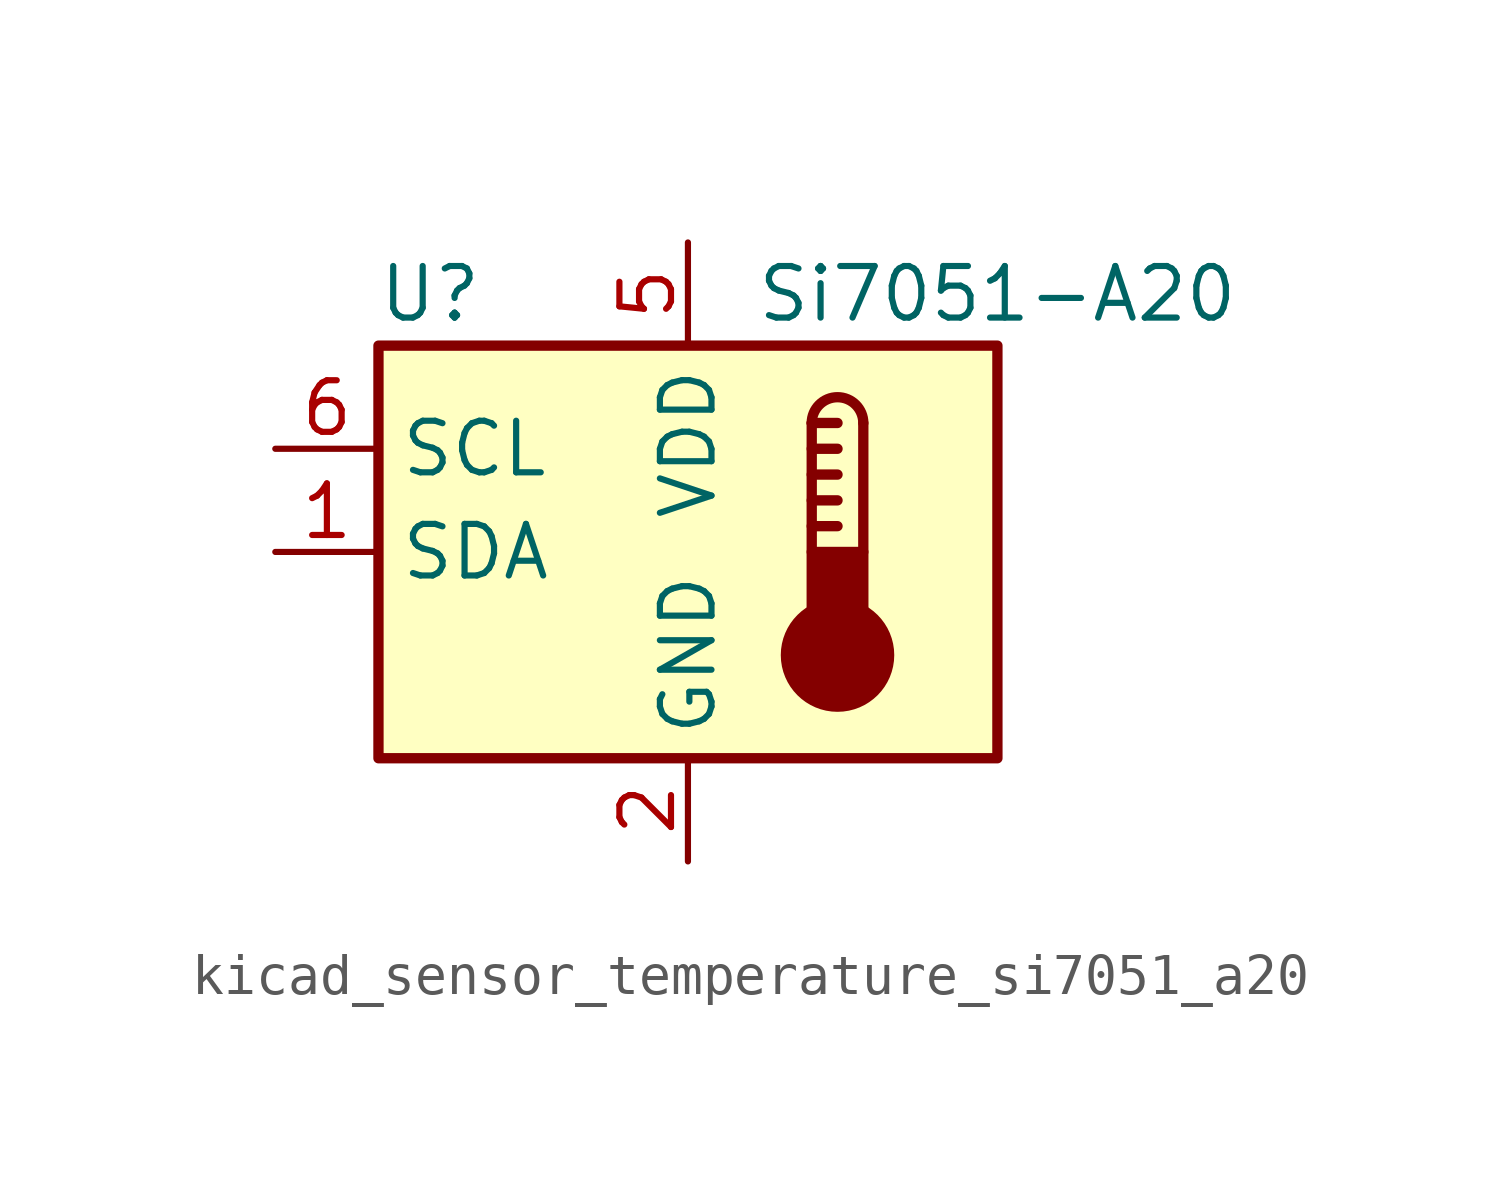
<source format=kicad_sym>
(kicad_symbol_lib
  (version 20220914)
  (generator kicad_symbol_editor)
  (symbol "kicad_sensor_temperature_si7051_a20"
    (property "Reference" "U"
      (at -6.35 6.35 0)
      (effects (font (size 1.27 1.27))))
    (property "Value" "Si7051-A20"
      (at 7.62 6.35 0)
      (effects (font (size 1.27 1.27))))
    (symbol "kicad_sensor_temperature_si7051_a20_0_1"
      (rectangle (start -7.62 5.08) (end 7.62 -5.08) (stroke (width 0.254) (type default)) (fill (type background))))
    (symbol "kicad_sensor_temperature_si7051_a20_1_1"
      (polyline (pts (xy 3.048 0.635) (xy 3.683 0.635)) (stroke (width 0.254) (type default)) (fill (type none)))
      (polyline (pts (xy 3.048 1.27) (xy 3.683 1.27)) (stroke (width 0.254) (type default)) (fill (type none)))
      (polyline (pts (xy 3.048 1.905) (xy 3.683 1.905)) (stroke (width 0.254) (type default)) (fill (type none)))
      (polyline (pts (xy 3.048 2.54) (xy 3.683 2.54)) (stroke (width 0.254) (type default)) (fill (type none)))
      (polyline (pts (xy 3.048 3.175) (xy 3.048 0)) (stroke (width 0.254) (type default)) (fill (type none)))
      (polyline (pts (xy 3.048 3.175) (xy 3.683 3.175)) (stroke (width 0.254) (type default)) (fill (type none)))
      (polyline (pts (xy 4.318 3.175) (xy 4.318 0)) (stroke (width 0.254) (type default)) (fill (type none)))
      (circle (center 3.683 -2.54) (radius 1.27) (stroke (width 0.254) (type default)) (fill (type outline)))
      (rectangle (start 4.318 -1.905) (end 3.048 0) (stroke (width 0.254) (type default)) (fill (type outline)))
      (arc (start 4.318 3.175) (mid 3.683 3.8073) (end 3.048 3.175) (stroke (width 0.254) (type default)) (fill (type none)))
      (pin bidirectional line (at -10.16 0 0) (length 2.54) (name "SDA" (effects (font (size 1.27 1.27)))) (number "1" (effects (font (size 1.27 1.27)))))
      (pin power_in line (at 0 -7.62 90) (length 2.54) (name "GND" (effects (font (size 1.27 1.27)))) (number "2" (effects (font (size 1.27 1.27)))))
      (pin no_connect line (at 7.62 2.54 180) (length 2.54) hide (name "NC" (effects (font (size 1.27 1.27)))) (number "3" (effects (font (size 1.27 1.27)))))
      (pin no_connect line (at 7.62 -2.54 180) (length 2.54) hide (name "NC" (effects (font (size 1.27 1.27)))) (number "4" (effects (font (size 1.27 1.27)))))
      (pin power_in line (at 0 7.62 270) (length 2.54) (name "VDD" (effects (font (size 1.27 1.27)))) (number "5" (effects (font (size 1.27 1.27)))))
      (pin input line (at -10.16 2.54 0) (length 2.54) (name "SCL" (effects (font (size 1.27 1.27)))) (number "6" (effects (font (size 1.27 1.27))))))))
</source>
